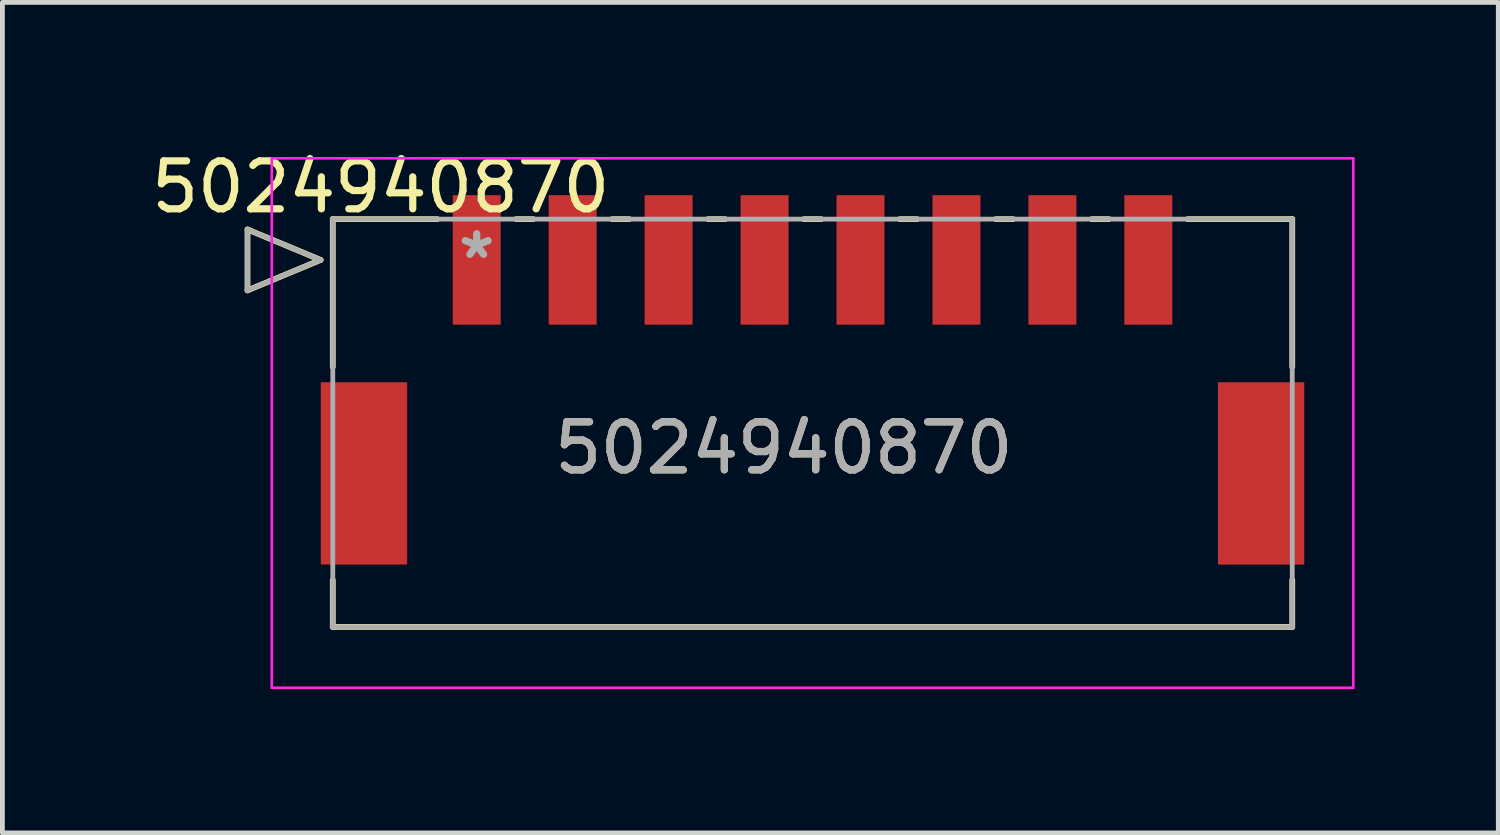
<source format=kicad_pcb>
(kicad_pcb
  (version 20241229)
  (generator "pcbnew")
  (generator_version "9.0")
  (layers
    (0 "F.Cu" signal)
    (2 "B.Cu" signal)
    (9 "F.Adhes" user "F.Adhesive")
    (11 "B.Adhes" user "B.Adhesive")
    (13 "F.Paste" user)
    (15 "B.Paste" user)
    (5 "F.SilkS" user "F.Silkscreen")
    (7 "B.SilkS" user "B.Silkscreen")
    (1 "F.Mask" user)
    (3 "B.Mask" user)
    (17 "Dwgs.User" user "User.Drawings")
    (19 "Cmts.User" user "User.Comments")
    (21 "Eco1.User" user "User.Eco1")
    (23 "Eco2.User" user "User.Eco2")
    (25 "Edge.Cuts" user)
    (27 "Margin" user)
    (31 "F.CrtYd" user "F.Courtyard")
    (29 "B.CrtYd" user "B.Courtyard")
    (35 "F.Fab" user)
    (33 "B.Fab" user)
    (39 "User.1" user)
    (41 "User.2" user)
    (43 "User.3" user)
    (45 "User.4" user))
  (footprint "5024940870"
    (layer "F.Cu")
    (at 6.887 2.368)
    (property "Reference" "5024940870" (at -2 -1.52 0) (layer "F.SilkS") (effects (font (size 1 1) (thickness 0.15))))
    (attr through_hole)
    (fp_line (start -4.778 -0.635) (end -4.778 0.635) (stroke (width 0.12) (type solid)) (layer "F.SilkS"))
    (fp_line (start -4.778 0.635) (end -3.254 0) (stroke (width 0.12) (type solid)) (layer "F.SilkS"))
    (fp_line (start -3.254 0) (end -4.778 -0.635) (stroke (width 0.12) (type solid)) (layer "F.SilkS"))
    (fp_line (start -3 -0.85) (end -3 2.23) (stroke (width 0.12) (type solid)) (layer "F.SilkS"))
    (fp_line (start -3 6.67) (end -3 7.65) (stroke (width 0.12) (type solid)) (layer "F.SilkS"))
    (fp_line (start -3 7.65) (end 17 7.65) (stroke (width 0.12) (type solid)) (layer "F.SilkS"))
    (fp_line (start -0.82 -0.85) (end -3 -0.85) (stroke (width 0.12) (type solid)) (layer "F.SilkS"))
    (fp_line (start 1.18 -0.85) (end 0.82 -0.85) (stroke (width 0.12) (type solid)) (layer "F.SilkS"))
    (fp_line (start 3.18 -0.85) (end 2.82 -0.85) (stroke (width 0.12) (type solid)) (layer "F.SilkS"))
    (fp_line (start 5.18 -0.85) (end 4.82 -0.85) (stroke (width 0.12) (type solid)) (layer "F.SilkS"))
    (fp_line (start 7.18 -0.85) (end 6.82 -0.85) (stroke (width 0.12) (type solid)) (layer "F.SilkS"))
    (fp_line (start 9.18 -0.85) (end 8.82 -0.85) (stroke (width 0.12) (type solid)) (layer "F.SilkS"))
    (fp_line (start 11.18 -0.85) (end 10.82 -0.85) (stroke (width 0.12) (type solid)) (layer "F.SilkS"))
    (fp_line (start 13.18 -0.85) (end 12.82 -0.85) (stroke (width 0.12) (type solid)) (layer "F.SilkS"))
    (fp_line (start 17 -0.85) (end 14.82 -0.85) (stroke (width 0.12) (type solid)) (layer "F.SilkS"))
    (fp_line (start 17 2.23) (end 17 -0.85) (stroke (width 0.12) (type solid)) (layer "F.SilkS"))
    (fp_line (start 17 7.65) (end 17 6.67) (stroke (width 0.12) (type solid)) (layer "F.SilkS"))
    (fp_line (start -4.27 -2.12) (end -4.27 8.92) (stroke (width 0.05) (type solid)) (layer "F.CrtYd"))
    (fp_line (start -4.27 -2.12) (end -4.27 8.92) (stroke (width 0.05) (type solid)) (layer "F.CrtYd"))
    (fp_line (start -4.27 8.92) (end 18.27 8.92) (stroke (width 0.05) (type solid)) (layer "F.CrtYd"))
    (fp_line (start -4.27 8.92) (end 18.27 8.92) (stroke (width 0.05) (type solid)) (layer "F.CrtYd"))
    (fp_line (start 18.27 -2.12) (end -4.27 -2.12) (stroke (width 0.05) (type solid)) (layer "F.CrtYd"))
    (fp_line (start 18.27 -2.12) (end -4.27 -2.12) (stroke (width 0.05) (type solid)) (layer "F.CrtYd"))
    (fp_line (start 18.27 8.92) (end 18.27 -2.12) (stroke (width 0.05) (type solid)) (layer "F.CrtYd"))
    (fp_line (start 18.27 8.92) (end 18.27 -2.12) (stroke (width 0.05) (type solid)) (layer "F.CrtYd"))
    (fp_line (start -4.778 -0.635) (end -4.778 0.635) (stroke (width 0.1) (type solid)) (layer "F.Fab"))
    (fp_line (start -4.778 0.635) (end -3.254 0) (stroke (width 0.1) (type solid)) (layer "F.Fab"))
    (fp_line (start -3.254 0) (end -4.778 -0.635) (stroke (width 0.1) (type solid)) (layer "F.Fab"))
    (fp_line (start -3 -0.85) (end -3 7.65) (stroke (width 0.1) (type solid)) (layer "F.Fab"))
    (fp_line (start -3 7.65) (end 17 7.65) (stroke (width 0.1) (type solid)) (layer "F.Fab"))
    (fp_line (start 17 -0.85) (end -3 -0.85) (stroke (width 0.1) (type solid)) (layer "F.Fab"))
    (fp_line (start 17 7.65) (end 17 -0.85) (stroke (width 0.1) (type solid)) (layer "F.Fab"))
    (fp_text user "5024940870" (at 6.4 3.92 0) (layer "F.SilkS") (effects (font (size 1 1) (thickness 0.15))))
    (fp_text user "*" (at 0 0 0) (layer "F.Fab") (effects (font (size 1 1) (thickness 0.15))))
    (fp_text user "5024940870" (at 6.4 3.92 0) (layer "F.Fab") (effects (font (size 1 1) (thickness 0.15))))
    (pad "1" smd rect (at 0 0) (size 1 2.7) (layers "F.Cu" "F.Mask" "F.Paste"))
    (pad "2" smd rect (at 2 0) (size 1 2.7) (layers "F.Cu" "F.Mask" "F.Paste"))
    (pad "3" smd rect (at 4 0) (size 1 2.7) (layers "F.Cu" "F.Mask" "F.Paste"))
    (pad "4" smd rect (at 6 0) (size 1 2.7) (layers "F.Cu" "F.Mask" "F.Paste"))
    (pad "5" smd rect (at 8 0) (size 1 2.7) (layers "F.Cu" "F.Mask" "F.Paste"))
    (pad "6" smd rect (at 10 0) (size 1 2.7) (layers "F.Cu" "F.Mask" "F.Paste"))
    (pad "7" smd rect (at 12 0) (size 1 2.7) (layers "F.Cu" "F.Mask" "F.Paste"))
    (pad "8" smd rect (at 14 0) (size 1 2.7) (layers "F.Cu" "F.Mask" "F.Paste"))
    (pad "9" smd rect (at -2.35 4.45) (size 1.8 3.8) (layers "F.Cu" "F.Mask" "F.Paste"))
    (pad "10" smd rect (at 16.35 4.45) (size 1.8 3.8) (layers "F.Cu" "F.Mask" "F.Paste")))
  (gr_rect
    (start -3 -3)
    (end 28.182 14.313)
    (stroke (width 0.1) (type default))
    (fill no)
    (layer "Edge.Cuts")))
</source>
